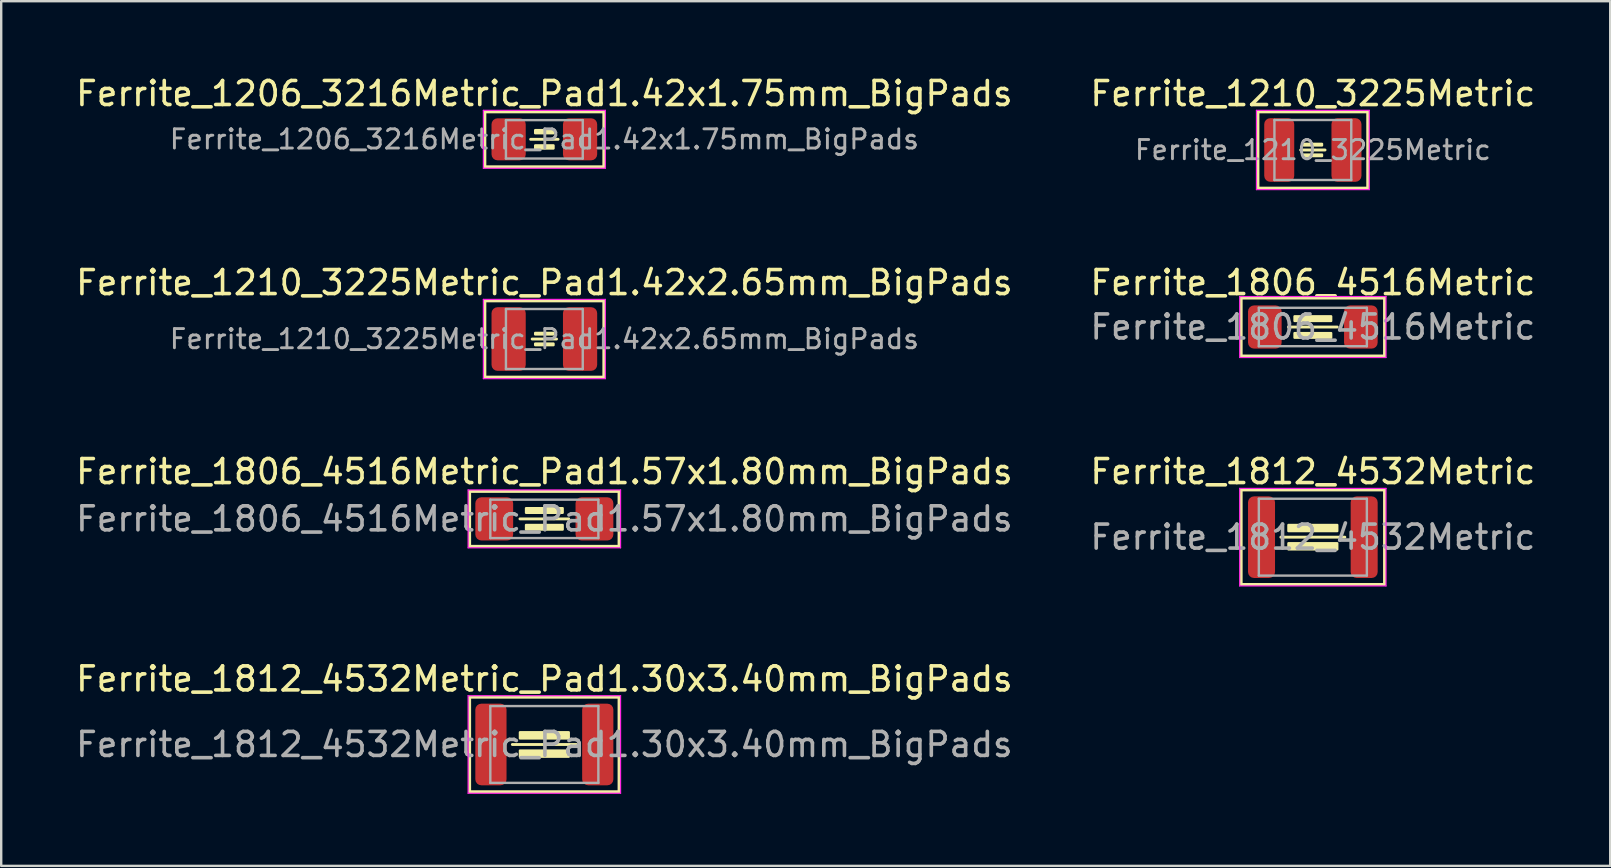
<source format=kicad_pcb>
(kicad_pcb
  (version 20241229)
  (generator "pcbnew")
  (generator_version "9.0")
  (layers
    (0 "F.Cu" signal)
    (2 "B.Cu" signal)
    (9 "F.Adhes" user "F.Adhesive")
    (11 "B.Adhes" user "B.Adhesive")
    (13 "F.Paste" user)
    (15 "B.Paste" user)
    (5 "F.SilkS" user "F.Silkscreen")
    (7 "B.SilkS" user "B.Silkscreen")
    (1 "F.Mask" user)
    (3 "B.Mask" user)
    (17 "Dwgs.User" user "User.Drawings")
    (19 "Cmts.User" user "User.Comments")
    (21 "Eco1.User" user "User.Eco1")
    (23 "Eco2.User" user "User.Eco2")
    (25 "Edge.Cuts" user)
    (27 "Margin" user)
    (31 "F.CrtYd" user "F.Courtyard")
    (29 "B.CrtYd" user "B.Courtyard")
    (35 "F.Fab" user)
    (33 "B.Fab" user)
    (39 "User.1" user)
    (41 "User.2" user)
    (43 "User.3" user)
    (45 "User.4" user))
  (footprint "Ferrite_1806_4516Metric"
    (layer "F.Cu")
    (at 51.637 10.572)
    (property "Reference" "Ferrite_1806_4516Metric" (at 0 -1.85 0) (layer "F.SilkS") (effects (font (size 1 1) (thickness 0.15))))
    (attr smd)
    (fp_line (start -2.985 -1.206) (end 2.985 -1.206) (stroke (width 0.12) (type solid)) (layer "F.SilkS"))
    (fp_line (start -2.985 1.206) (end -2.985 -1.206) (stroke (width 0.12) (type solid)) (layer "F.SilkS"))
    (fp_line (start -1.016 0) (end 1.016 0) (stroke (width 0.12) (type solid)) (layer "F.SilkS"))
    (fp_line (start 2.985 -1.206) (end 2.985 1.206) (stroke (width 0.12) (type solid)) (layer "F.SilkS"))
    (fp_line (start 2.985 1.206) (end -2.985 1.206) (stroke (width 0.12) (type solid)) (layer "F.SilkS"))
    (fp_poly (pts (xy 0.762 -0.254) (xy -0.762 -0.254) (xy -0.762 -0.445) (xy 0.762 -0.445)) (stroke (width 0.1) (type solid)) (fill yes) (layer "F.SilkS"))
    (fp_poly (pts (xy 0.762 0.445) (xy -0.762 0.445) (xy -0.762 0.254) (xy 0.762 0.254)) (stroke (width 0.1) (type solid)) (fill yes) (layer "F.SilkS"))
    (fp_line (start -3.048 -1.27) (end 3.048 -1.27) (stroke (width 0.05) (type solid)) (layer "F.CrtYd"))
    (fp_line (start -3.048 1.27) (end -3.048 -1.27) (stroke (width 0.05) (type solid)) (layer "F.CrtYd"))
    (fp_line (start 3.048 -1.27) (end 3.048 1.27) (stroke (width 0.05) (type solid)) (layer "F.CrtYd"))
    (fp_line (start 3.048 1.27) (end -3.048 1.27) (stroke (width 0.05) (type solid)) (layer "F.CrtYd"))
    (fp_line (start -2.25 -0.8) (end 2.25 -0.8) (stroke (width 0.1) (type solid)) (layer "F.Fab"))
    (fp_line (start -2.25 0.8) (end -2.25 -0.8) (stroke (width 0.1) (type solid)) (layer "F.Fab"))
    (fp_line (start 2.25 -0.8) (end 2.25 0.8) (stroke (width 0.1) (type solid)) (layer "F.Fab"))
    (fp_line (start 2.25 0.8) (end -2.25 0.8) (stroke (width 0.1) (type solid)) (layer "F.Fab"))
    (fp_text user "${REFERENCE}" (at 0 0 0) (layer "F.Fab") (effects (font (size 1 1) (thickness 0.15))))
    (pad "1" smd roundrect (at -2 0) (size 1.4 1.8) (layers "F.Cu" "F.Mask" "F.Paste") (roundrect_rratio 0.179))
    (pad "2" smd roundrect (at 2 0) (size 1.4 1.8) (layers "F.Cu" "F.Mask" "F.Paste") (roundrect_rratio 0.179)))
  (footprint "Ferrite_1210_3225Metric"
    (layer "F.Cu")
    (at 51.637 3.198)
    (property "Reference" "Ferrite_1210_3225Metric" (at 0 -2.349 0) (layer "F.SilkS") (effects (font (size 1 1) (thickness 0.15))))
    (attr smd)
    (fp_line (start -2.286 -1.587) (end 2.286 -1.587) (stroke (width 0.12) (type solid)) (layer "F.SilkS"))
    (fp_line (start -2.286 1.587) (end -2.286 -1.587) (stroke (width 0.12) (type solid)) (layer "F.SilkS"))
    (fp_line (start -0.508 0) (end 0.508 0) (stroke (width 0.12) (type solid)) (layer "F.SilkS"))
    (fp_line (start 2.286 -1.587) (end 2.286 1.587) (stroke (width 0.12) (type solid)) (layer "F.SilkS"))
    (fp_line (start 2.286 1.587) (end -2.286 1.587) (stroke (width 0.12) (type solid)) (layer "F.SilkS"))
    (fp_poly (pts (xy 0.381 -0.191) (xy -0.381 -0.191) (xy -0.381 -0.254) (xy 0.381 -0.254)) (stroke (width 0.1) (type solid)) (fill yes) (layer "F.SilkS"))
    (fp_poly (pts (xy 0.381 0.254) (xy -0.381 0.254) (xy -0.381 0.191) (xy 0.381 0.191)) (stroke (width 0.1) (type solid)) (fill yes) (layer "F.SilkS"))
    (fp_line (start -2.349 -1.651) (end 2.349 -1.651) (stroke (width 0.05) (type solid)) (layer "F.CrtYd"))
    (fp_line (start -2.349 1.651) (end -2.349 -1.651) (stroke (width 0.05) (type solid)) (layer "F.CrtYd"))
    (fp_line (start 2.349 -1.651) (end 2.349 1.651) (stroke (width 0.05) (type solid)) (layer "F.CrtYd"))
    (fp_line (start 2.349 1.651) (end -2.349 1.651) (stroke (width 0.05) (type solid)) (layer "F.CrtYd"))
    (fp_line (start -1.6 -1.25) (end 1.6 -1.25) (stroke (width 0.1) (type solid)) (layer "F.Fab"))
    (fp_line (start -1.6 1.25) (end -1.6 -1.25) (stroke (width 0.1) (type solid)) (layer "F.Fab"))
    (fp_line (start 1.6 -1.25) (end 1.6 1.25) (stroke (width 0.1) (type solid)) (layer "F.Fab"))
    (fp_line (start 1.6 1.25) (end -1.6 1.25) (stroke (width 0.1) (type solid)) (layer "F.Fab"))
    (fp_text user "${REFERENCE}" (at 0 0 0) (layer "F.Fab") (effects (font (size 0.8 0.8) (thickness 0.12))))
    (pad "1" smd roundrect (at -1.4 0) (size 1.25 2.65) (layers "F.Cu" "F.Mask" "F.Paste") (roundrect_rratio 0.2))
    (pad "2" smd roundrect (at 1.4 0) (size 1.25 2.65) (layers "F.Cu" "F.Mask" "F.Paste") (roundrect_rratio 0.2)))
  (footprint "Ferrite_1206_3216Metric_Pad1.42x1.75mm_BigPads"
    (layer "F.Cu")
    (at 19.625 2.753)
    (property "Reference" "Ferrite_1206_3216Metric_Pad1.42x1.75mm_BigPads" (at 0 -1.905 0) (layer "F.SilkS") (effects (font (size 1 1) (thickness 0.15))))
    (attr smd)
    (fp_line (start -2.477 -1.143) (end 2.477 -1.143) (stroke (width 0.12) (type solid)) (layer "F.SilkS"))
    (fp_line (start -2.477 1.143) (end -2.477 -1.143) (stroke (width 0.12) (type solid)) (layer "F.SilkS"))
    (fp_line (start -0.572 0) (end 0.572 0) (stroke (width 0.12) (type solid)) (layer "F.SilkS"))
    (fp_line (start 2.477 -1.143) (end 2.477 1.143) (stroke (width 0.12) (type solid)) (layer "F.SilkS"))
    (fp_line (start 2.477 1.143) (end -2.477 1.143) (stroke (width 0.12) (type solid)) (layer "F.SilkS"))
    (fp_poly (pts (xy 0.381 -0.254) (xy -0.381 -0.254) (xy -0.381 -0.381) (xy 0.381 -0.381)) (stroke (width 0.1) (type solid)) (fill yes) (layer "F.SilkS"))
    (fp_poly (pts (xy 0.381 0.381) (xy -0.381 0.381) (xy -0.381 0.254) (xy 0.381 0.254)) (stroke (width 0.1) (type solid)) (fill yes) (layer "F.SilkS"))
    (fp_line (start -2.54 -1.206) (end 2.54 -1.206) (stroke (width 0.05) (type solid)) (layer "F.CrtYd"))
    (fp_line (start -2.54 1.206) (end -2.54 -1.206) (stroke (width 0.05) (type solid)) (layer "F.CrtYd"))
    (fp_line (start 2.54 -1.206) (end 2.54 1.206) (stroke (width 0.05) (type solid)) (layer "F.CrtYd"))
    (fp_line (start 2.54 1.206) (end -2.54 1.206) (stroke (width 0.05) (type solid)) (layer "F.CrtYd"))
    (fp_line (start -1.6 -0.8) (end 1.6 -0.8) (stroke (width 0.1) (type solid)) (layer "F.Fab"))
    (fp_line (start -1.6 0.8) (end -1.6 -0.8) (stroke (width 0.1) (type solid)) (layer "F.Fab"))
    (fp_line (start 1.6 -0.8) (end 1.6 0.8) (stroke (width 0.1) (type solid)) (layer "F.Fab"))
    (fp_line (start 1.6 0.8) (end -1.6 0.8) (stroke (width 0.1) (type solid)) (layer "F.Fab"))
    (fp_text user "${REFERENCE}" (at 0 0 0) (layer "F.Fab") (effects (font (size 0.8 0.8) (thickness 0.12))))
    (pad "1" smd roundrect (at -1.488 0) (size 1.425 1.75) (layers "F.Cu" "F.Mask" "F.Paste") (roundrect_rratio 0.175))
    (pad "2" smd roundrect (at 1.488 0) (size 1.425 1.75) (layers "F.Cu" "F.Mask" "F.Paste") (roundrect_rratio 0.175)))
  (footprint "Ferrite_1812_4532Metric_Pad1.30x3.40mm_BigPads"
    (layer "F.Cu")
    (at 19.625 27.962)
    (property "Reference" "Ferrite_1812_4532Metric_Pad1.30x3.40mm_BigPads" (at 0 -2.731 0) (layer "F.SilkS") (effects (font (size 1 1) (thickness 0.15))))
    (attr smd)
    (fp_line (start -3.111 -1.968) (end 3.111 -1.968) (stroke (width 0.12) (type solid)) (layer "F.SilkS"))
    (fp_line (start -3.111 1.968) (end -3.111 -1.968) (stroke (width 0.12) (type solid)) (layer "F.SilkS"))
    (fp_line (start -1.333 0) (end 1.333 0) (stroke (width 0.12) (type solid)) (layer "F.SilkS"))
    (fp_line (start 3.111 -1.968) (end 3.111 1.968) (stroke (width 0.12) (type solid)) (layer "F.SilkS"))
    (fp_line (start 3.111 1.968) (end -3.111 1.968) (stroke (width 0.12) (type solid)) (layer "F.SilkS"))
    (fp_poly (pts (xy 1.016 -0.254) (xy -1.016 -0.254) (xy -1.016 -0.508) (xy 1.016 -0.508)) (stroke (width 0.1) (type solid)) (fill yes) (layer "F.SilkS"))
    (fp_poly (pts (xy 1.016 0.508) (xy -1.016 0.508) (xy -1.016 0.254) (xy 1.016 0.254)) (stroke (width 0.1) (type solid)) (fill yes) (layer "F.SilkS"))
    (fp_line (start -3.175 -2.032) (end 3.175 -2.032) (stroke (width 0.05) (type solid)) (layer "F.CrtYd"))
    (fp_line (start -3.175 2.032) (end -3.175 -2.032) (stroke (width 0.05) (type solid)) (layer "F.CrtYd"))
    (fp_line (start 3.175 -2.032) (end 3.175 2.032) (stroke (width 0.05) (type solid)) (layer "F.CrtYd"))
    (fp_line (start 3.175 2.032) (end -3.175 2.032) (stroke (width 0.05) (type solid)) (layer "F.CrtYd"))
    (fp_line (start -2.25 -1.6) (end 2.25 -1.6) (stroke (width 0.1) (type solid)) (layer "F.Fab"))
    (fp_line (start -2.25 1.6) (end -2.25 -1.6) (stroke (width 0.1) (type solid)) (layer "F.Fab"))
    (fp_line (start 2.25 -1.6) (end 2.25 1.6) (stroke (width 0.1) (type solid)) (layer "F.Fab"))
    (fp_line (start 2.25 1.6) (end -2.25 1.6) (stroke (width 0.1) (type solid)) (layer "F.Fab"))
    (fp_text user "${REFERENCE}" (at 0 0 0) (layer "F.Fab") (effects (font (size 1 1) (thickness 0.15))))
    (pad "1" smd roundrect (at -2.225 0) (size 1.3 3.4) (layers "F.Cu" "F.Mask" "F.Paste") (roundrect_rratio 0.192))
    (pad "2" smd roundrect (at 2.225 0) (size 1.3 3.4) (layers "F.Cu" "F.Mask" "F.Paste") (roundrect_rratio 0.192)))
  (footprint "Ferrite_1806_4516Metric_Pad1.57x1.80mm_BigPads"
    (layer "F.Cu")
    (at 19.625 18.564)
    (property "Reference" "Ferrite_1806_4516Metric_Pad1.57x1.80mm_BigPads" (at 0 -1.968 0) (layer "F.SilkS") (effects (font (size 1 1) (thickness 0.15))))
    (attr smd)
    (fp_line (start -3.111 -1.143) (end 3.111 -1.143) (stroke (width 0.12) (type solid)) (layer "F.SilkS"))
    (fp_line (start -3.111 1.143) (end -3.111 -1.143) (stroke (width 0.12) (type solid)) (layer "F.SilkS"))
    (fp_line (start -1.016 0) (end 1.016 0) (stroke (width 0.12) (type solid)) (layer "F.SilkS"))
    (fp_line (start 3.111 -1.143) (end 3.111 1.143) (stroke (width 0.12) (type solid)) (layer "F.SilkS"))
    (fp_line (start 3.111 1.143) (end -3.111 1.143) (stroke (width 0.12) (type solid)) (layer "F.SilkS"))
    (fp_poly (pts (xy 0.762 -0.254) (xy -0.762 -0.254) (xy -0.762 -0.445) (xy 0.762 -0.445)) (stroke (width 0.1) (type solid)) (fill yes) (layer "F.SilkS"))
    (fp_poly (pts (xy 0.762 0.445) (xy -0.762 0.445) (xy -0.762 0.254) (xy 0.762 0.254)) (stroke (width 0.1) (type solid)) (fill yes) (layer "F.SilkS"))
    (fp_line (start -3.175 -1.206) (end 3.175 -1.206) (stroke (width 0.05) (type solid)) (layer "F.CrtYd"))
    (fp_line (start -3.175 1.206) (end -3.175 -1.206) (stroke (width 0.05) (type solid)) (layer "F.CrtYd"))
    (fp_line (start 3.175 -1.206) (end 3.175 1.206) (stroke (width 0.05) (type solid)) (layer "F.CrtYd"))
    (fp_line (start 3.175 1.206) (end -3.175 1.206) (stroke (width 0.05) (type solid)) (layer "F.CrtYd"))
    (fp_line (start -2.25 -0.8) (end 2.25 -0.8) (stroke (width 0.1) (type solid)) (layer "F.Fab"))
    (fp_line (start -2.25 0.8) (end -2.25 -0.8) (stroke (width 0.1) (type solid)) (layer "F.Fab"))
    (fp_line (start 2.25 -0.8) (end 2.25 0.8) (stroke (width 0.1) (type solid)) (layer "F.Fab"))
    (fp_line (start 2.25 0.8) (end -2.25 0.8) (stroke (width 0.1) (type solid)) (layer "F.Fab"))
    (fp_text user "${REFERENCE}" (at 0 0 0) (layer "F.Fab") (effects (font (size 1 1) (thickness 0.15))))
    (pad "1" smd roundrect (at -2.087 0) (size 1.575 1.8) (layers "F.Cu" "F.Mask" "F.Paste") (roundrect_rratio 0.159))
    (pad "2" smd roundrect (at 2.087 0) (size 1.575 1.8) (layers "F.Cu" "F.Mask" "F.Paste") (roundrect_rratio 0.159)))
  (footprint "Ferrite_1210_3225Metric_Pad1.42x2.65mm_BigPads"
    (layer "F.Cu")
    (at 19.625 11.072)
    (property "Reference" "Ferrite_1210_3225Metric_Pad1.42x2.65mm_BigPads" (at 0 -2.349 0) (layer "F.SilkS") (effects (font (size 1 1) (thickness 0.15))))
    (attr smd)
    (fp_line (start -2.477 -1.587) (end 2.477 -1.587) (stroke (width 0.12) (type solid)) (layer "F.SilkS"))
    (fp_line (start -2.477 1.587) (end -2.477 -1.587) (stroke (width 0.12) (type solid)) (layer "F.SilkS"))
    (fp_line (start -0.508 0) (end 0.508 0) (stroke (width 0.12) (type solid)) (layer "F.SilkS"))
    (fp_line (start 2.477 -1.587) (end 2.477 1.587) (stroke (width 0.12) (type solid)) (layer "F.SilkS"))
    (fp_line (start 2.477 1.587) (end -2.477 1.587) (stroke (width 0.12) (type solid)) (layer "F.SilkS"))
    (fp_poly (pts (xy 0.381 -0.191) (xy -0.381 -0.191) (xy -0.381 -0.254) (xy 0.381 -0.254)) (stroke (width 0.1) (type solid)) (fill yes) (layer "F.SilkS"))
    (fp_poly (pts (xy 0.381 0.254) (xy -0.381 0.254) (xy -0.381 0.191) (xy 0.381 0.191)) (stroke (width 0.1) (type solid)) (fill yes) (layer "F.SilkS"))
    (fp_line (start -2.54 -1.651) (end 2.54 -1.651) (stroke (width 0.05) (type solid)) (layer "F.CrtYd"))
    (fp_line (start -2.54 1.651) (end -2.54 -1.651) (stroke (width 0.05) (type solid)) (layer "F.CrtYd"))
    (fp_line (start 2.54 -1.651) (end 2.54 1.651) (stroke (width 0.05) (type solid)) (layer "F.CrtYd"))
    (fp_line (start 2.54 1.651) (end -2.54 1.651) (stroke (width 0.05) (type solid)) (layer "F.CrtYd"))
    (fp_line (start -1.6 -1.25) (end 1.6 -1.25) (stroke (width 0.1) (type solid)) (layer "F.Fab"))
    (fp_line (start -1.6 1.25) (end -1.6 -1.25) (stroke (width 0.1) (type solid)) (layer "F.Fab"))
    (fp_line (start 1.6 -1.25) (end 1.6 1.25) (stroke (width 0.1) (type solid)) (layer "F.Fab"))
    (fp_line (start 1.6 1.25) (end -1.6 1.25) (stroke (width 0.1) (type solid)) (layer "F.Fab"))
    (fp_text user "${REFERENCE}" (at 0 0 0) (layer "F.Fab") (effects (font (size 0.8 0.8) (thickness 0.12))))
    (pad "1" smd roundrect (at -1.488 0) (size 1.425 2.65) (layers "F.Cu" "F.Mask" "F.Paste") (roundrect_rratio 0.175))
    (pad "2" smd roundrect (at 1.488 0) (size 1.425 2.65) (layers "F.Cu" "F.Mask" "F.Paste") (roundrect_rratio 0.175)))
  (footprint "Ferrite_1812_4532Metric"
    (layer "F.Cu")
    (at 51.637 19.326)
    (property "Reference" "Ferrite_1812_4532Metric" (at 0 -2.731 0) (layer "F.SilkS") (effects (font (size 1 1) (thickness 0.15))))
    (attr smd)
    (fp_line (start -2.985 -1.968) (end 2.985 -1.968) (stroke (width 0.12) (type solid)) (layer "F.SilkS"))
    (fp_line (start -2.985 1.968) (end -2.985 -1.968) (stroke (width 0.12) (type solid)) (layer "F.SilkS"))
    (fp_line (start -1.333 0) (end 1.333 0) (stroke (width 0.12) (type solid)) (layer "F.SilkS"))
    (fp_line (start 2.985 -1.968) (end 2.985 1.968) (stroke (width 0.12) (type solid)) (layer "F.SilkS"))
    (fp_line (start 2.985 1.968) (end -2.985 1.968) (stroke (width 0.12) (type solid)) (layer "F.SilkS"))
    (fp_poly (pts (xy 1.016 -0.254) (xy -1.016 -0.254) (xy -1.016 -0.508) (xy 1.016 -0.508)) (stroke (width 0.1) (type solid)) (fill yes) (layer "F.SilkS"))
    (fp_poly (pts (xy 1.016 0.508) (xy -1.016 0.508) (xy -1.016 0.254) (xy 1.016 0.254)) (stroke (width 0.1) (type solid)) (fill yes) (layer "F.SilkS"))
    (fp_line (start -3.048 -2.032) (end 3.048 -2.032) (stroke (width 0.05) (type solid)) (layer "F.CrtYd"))
    (fp_line (start -3.048 2.032) (end -3.048 -2.032) (stroke (width 0.05) (type solid)) (layer "F.CrtYd"))
    (fp_line (start 3.048 -2.032) (end 3.048 2.032) (stroke (width 0.05) (type solid)) (layer "F.CrtYd"))
    (fp_line (start 3.048 2.032) (end -3.048 2.032) (stroke (width 0.05) (type solid)) (layer "F.CrtYd"))
    (fp_line (start -2.25 -1.6) (end 2.25 -1.6) (stroke (width 0.1) (type solid)) (layer "F.Fab"))
    (fp_line (start -2.25 1.6) (end -2.25 -1.6) (stroke (width 0.1) (type solid)) (layer "F.Fab"))
    (fp_line (start 2.25 -1.6) (end 2.25 1.6) (stroke (width 0.1) (type solid)) (layer "F.Fab"))
    (fp_line (start 2.25 1.6) (end -2.25 1.6) (stroke (width 0.1) (type solid)) (layer "F.Fab"))
    (fp_text user "${REFERENCE}" (at 0 0 0) (layer "F.Fab") (effects (font (size 1 1) (thickness 0.15))))
    (pad "1" smd roundrect (at -2.138 0) (size 1.125 3.4) (layers "F.Cu" "F.Mask" "F.Paste") (roundrect_rratio 0.222))
    (pad "2" smd roundrect (at 2.138 0) (size 1.125 3.4) (layers "F.Cu" "F.Mask" "F.Paste") (roundrect_rratio 0.222)))
  (gr_rect
    (start -3 -3)
    (end 64.024 33.019)
    (stroke (width 0.1) (type default))
    (fill no)
    (layer "Edge.Cuts")))
</source>
